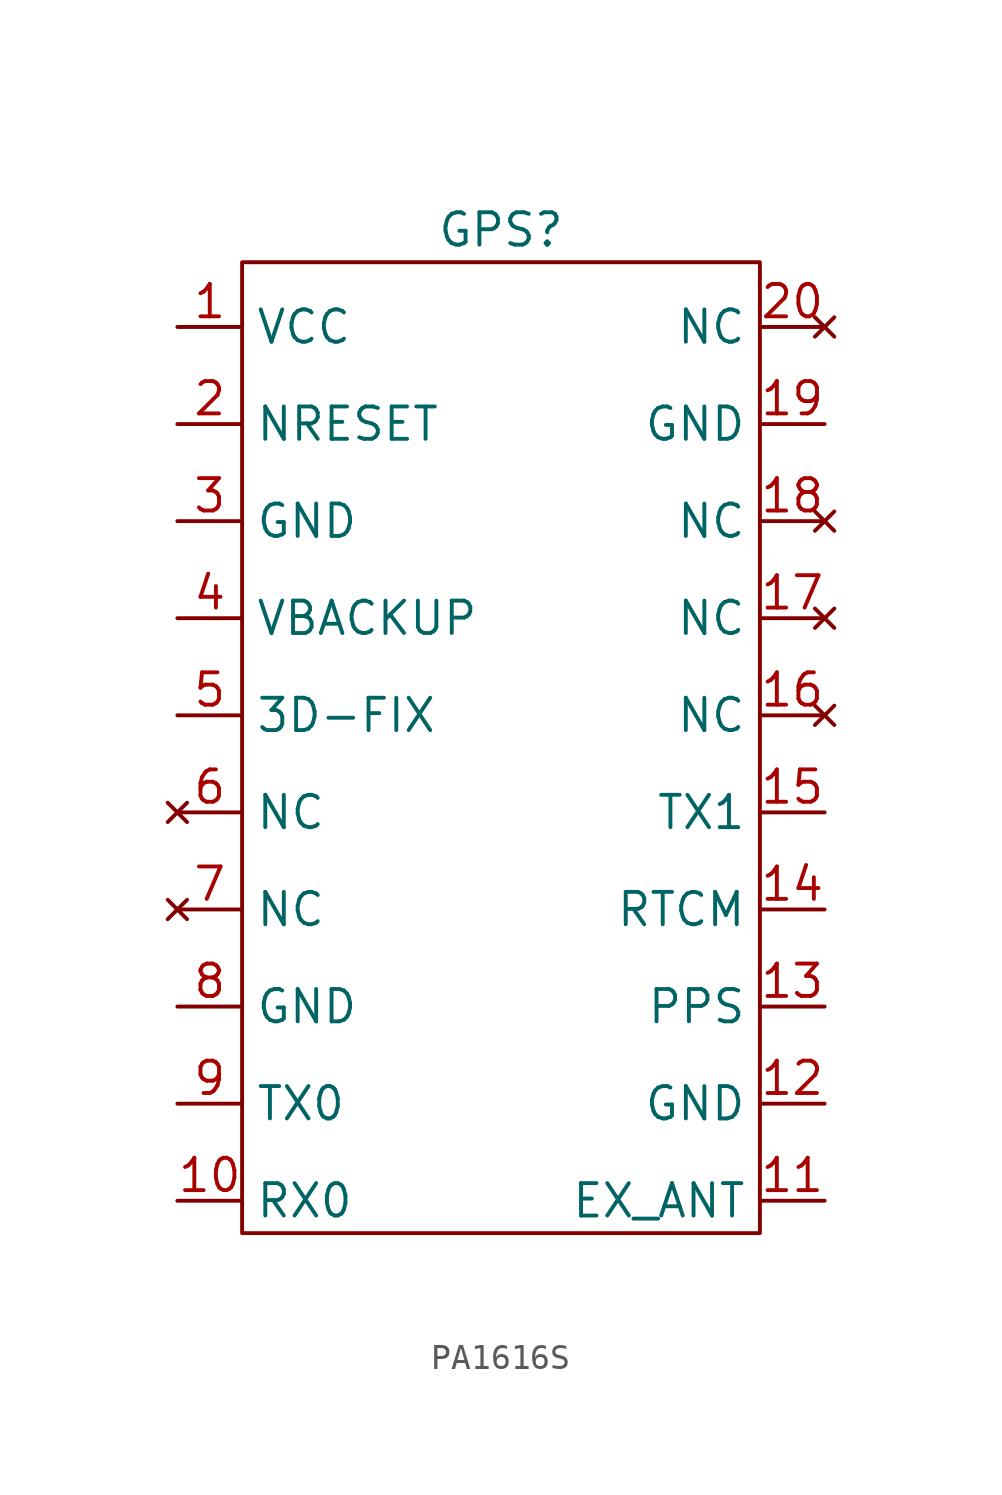
<source format=kicad_sym>
(kicad_symbol_lib
  (version 20220914)
  (generator kicad_symbol_editor)
  (symbol "PA1616S"
    (property "Reference" "GPS"
      (at 0 0 0)
      (effects (font (size 1.27 1.27))))
    (property "Value" ""
      (at 0 0 0)
      (effects (font (size 1.27 1.27))))
    (symbol "PA1616S_0_1"
      (rectangle (start -10.16 -1.27) (end 10.16 -39.37) (stroke (width 0) (type default)) (fill (type none))))
    (symbol "PA1616S_1_1"
      (pin power_in line (at -12.7 -3.81 0) (length 2.54) (name "VCC" (effects (font (size 1.27 1.27)))) (number "1" (effects (font (size 1.27 1.27)))))
      (pin input line (at -12.7 -38.1 0) (length 2.54) (name "RX0" (effects (font (size 1.27 1.27)))) (number "10" (effects (font (size 1.27 1.27)))))
      (pin input line (at 12.7 -38.1 180) (length 2.54) (name "EX_ANT" (effects (font (size 1.27 1.27)))) (number "11" (effects (font (size 1.27 1.27)))))
      (pin power_in line (at 12.7 -34.29 180) (length 2.54) (name "GND" (effects (font (size 1.27 1.27)))) (number "12" (effects (font (size 1.27 1.27)))))
      (pin output line (at 12.7 -30.48 180) (length 2.54) (name "PPS" (effects (font (size 1.27 1.27)))) (number "13" (effects (font (size 1.27 1.27)))))
      (pin input line (at 12.7 -26.67 180) (length 2.54) (name "RTCM" (effects (font (size 1.27 1.27)))) (number "14" (effects (font (size 1.27 1.27)))))
      (pin output line (at 12.7 -22.86 180) (length 2.54) (name "TX1" (effects (font (size 1.27 1.27)))) (number "15" (effects (font (size 1.27 1.27)))))
      (pin no_connect line (at 12.7 -19.05 180) (length 2.54) (name "NC" (effects (font (size 1.27 1.27)))) (number "16" (effects (font (size 1.27 1.27)))))
      (pin no_connect line (at 12.7 -15.24 180) (length 2.54) (name "NC" (effects (font (size 1.27 1.27)))) (number "17" (effects (font (size 1.27 1.27)))))
      (pin no_connect line (at 12.7 -11.43 180) (length 2.54) (name "NC" (effects (font (size 1.27 1.27)))) (number "18" (effects (font (size 1.27 1.27)))))
      (pin power_in line (at 12.7 -7.62 180) (length 2.54) (name "GND" (effects (font (size 1.27 1.27)))) (number "19" (effects (font (size 1.27 1.27)))))
      (pin input line (at -12.7 -7.62 0) (length 2.54) (name "NRESET" (effects (font (size 1.27 1.27)))) (number "2" (effects (font (size 1.27 1.27)))))
      (pin no_connect line (at 12.7 -3.81 180) (length 2.54) (name "NC" (effects (font (size 1.27 1.27)))) (number "20" (effects (font (size 1.27 1.27)))))
      (pin power_in line (at -12.7 -11.43 0) (length 2.54) (name "GND" (effects (font (size 1.27 1.27)))) (number "3" (effects (font (size 1.27 1.27)))))
      (pin power_in line (at -12.7 -15.24 0) (length 2.54) (name "VBACKUP" (effects (font (size 1.27 1.27)))) (number "4" (effects (font (size 1.27 1.27)))))
      (pin output line (at -12.7 -19.05 0) (length 2.54) (name "3D-FIX" (effects (font (size 1.27 1.27)))) (number "5" (effects (font (size 1.27 1.27)))))
      (pin no_connect line (at -12.7 -22.86 0) (length 2.54) (name "NC" (effects (font (size 1.27 1.27)))) (number "6" (effects (font (size 1.27 1.27)))))
      (pin no_connect line (at -12.7 -26.67 0) (length 2.54) (name "NC" (effects (font (size 1.27 1.27)))) (number "7" (effects (font (size 1.27 1.27)))))
      (pin power_in line (at -12.7 -30.48 0) (length 2.54) (name "GND" (effects (font (size 1.27 1.27)))) (number "8" (effects (font (size 1.27 1.27)))))
      (pin output line (at -12.7 -34.29 0) (length 2.54) (name "TX0" (effects (font (size 1.27 1.27)))) (number "9" (effects (font (size 1.27 1.27))))))))
</source>
